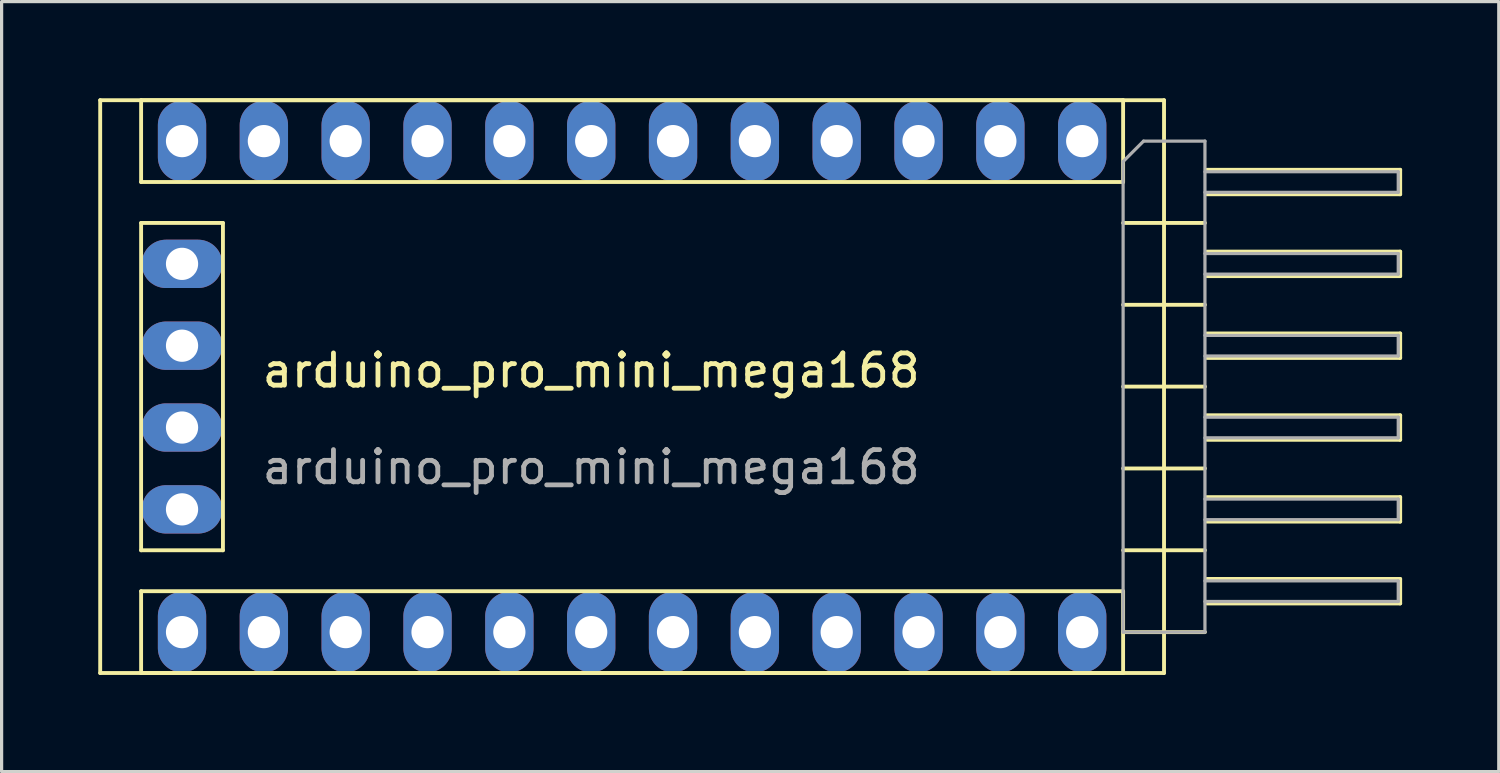
<source format=kicad_pcb>
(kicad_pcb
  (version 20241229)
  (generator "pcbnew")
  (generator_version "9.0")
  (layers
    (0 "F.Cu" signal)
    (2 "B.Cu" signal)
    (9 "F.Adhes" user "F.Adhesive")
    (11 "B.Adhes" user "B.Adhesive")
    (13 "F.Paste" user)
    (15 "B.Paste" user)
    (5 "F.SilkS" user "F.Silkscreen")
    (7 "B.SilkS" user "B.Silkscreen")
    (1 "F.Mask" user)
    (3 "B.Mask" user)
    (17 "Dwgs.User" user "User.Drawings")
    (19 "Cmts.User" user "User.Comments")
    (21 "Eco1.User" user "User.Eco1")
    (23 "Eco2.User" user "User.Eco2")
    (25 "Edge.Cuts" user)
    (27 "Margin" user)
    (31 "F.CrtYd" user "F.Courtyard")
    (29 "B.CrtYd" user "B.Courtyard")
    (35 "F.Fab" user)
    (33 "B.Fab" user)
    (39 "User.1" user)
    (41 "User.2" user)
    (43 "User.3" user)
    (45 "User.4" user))
  (footprint "arduino_pro_mini_mega168"
    (layer "F.Cu")
    (at 15.3 8.95)
    (property "Reference" "arduino_pro_mini_mega168" (at 0 -0.5 0) (unlocked yes) (layer "F.SilkS") (effects (font (size 1 1) (thickness 0.15))))
    (attr through_hole)
    (fp_line (start -15.24 -8.89) (end 17.78 -8.89) (stroke (width 0.12) (type solid)) (layer "F.SilkS"))
    (fp_line (start -15.24 8.89) (end -15.24 -8.89) (stroke (width 0.12) (type solid)) (layer "F.SilkS"))
    (fp_line (start -13.97 -8.89) (end -13.97 -6.35) (stroke (width 0.12) (type solid)) (layer "F.SilkS"))
    (fp_line (start -13.97 -6.35) (end 16.51 -6.35) (stroke (width 0.12) (type solid)) (layer "F.SilkS"))
    (fp_line (start -13.97 -5.08) (end -11.43 -5.08) (stroke (width 0.12) (type solid)) (layer "F.SilkS"))
    (fp_line (start -13.97 5.08) (end -13.97 -5.08) (stroke (width 0.12) (type solid)) (layer "F.SilkS"))
    (fp_line (start -13.97 6.35) (end 16.51 6.35) (stroke (width 0.12) (type solid)) (layer "F.SilkS"))
    (fp_line (start -13.97 8.89) (end -13.97 6.35) (stroke (width 0.12) (type solid)) (layer "F.SilkS"))
    (fp_line (start -11.43 -5.08) (end -11.43 5.08) (stroke (width 0.12) (type solid)) (layer "F.SilkS"))
    (fp_line (start -11.43 5.08) (end -13.97 5.08) (stroke (width 0.12) (type solid)) (layer "F.SilkS"))
    (fp_line (start 16.51 -8.89) (end -13.97 -8.89) (stroke (width 0.12) (type solid)) (layer "F.SilkS"))
    (fp_line (start 16.51 -6.35) (end 16.51 -8.89) (stroke (width 0.12) (type solid)) (layer "F.SilkS"))
    (fp_line (start 16.51 -5.08) (end 19.05 -5.08) (stroke (width 0.12) (type solid)) (layer "F.SilkS"))
    (fp_line (start 16.51 -2.54) (end 19.05 -2.54) (stroke (width 0.12) (type solid)) (layer "F.SilkS"))
    (fp_line (start 16.51 0) (end 19.05 0) (stroke (width 0.12) (type solid)) (layer "F.SilkS"))
    (fp_line (start 16.51 2.54) (end 19.05 2.54) (stroke (width 0.12) (type solid)) (layer "F.SilkS"))
    (fp_line (start 16.51 5.08) (end 19.05 5.08) (stroke (width 0.12) (type solid)) (layer "F.SilkS"))
    (fp_line (start 16.51 6.35) (end 16.51 8.89) (stroke (width 0.12) (type solid)) (layer "F.SilkS"))
    (fp_line (start 16.51 7.62) (end 19.05 7.62) (stroke (width 0.12) (type solid)) (layer "F.SilkS"))
    (fp_line (start 16.51 8.89) (end -13.97 8.89) (stroke (width 0.12) (type solid)) (layer "F.SilkS"))
    (fp_line (start 17.78 -8.89) (end 17.78 8.89) (stroke (width 0.12) (type solid)) (layer "F.SilkS"))
    (fp_line (start 17.78 8.89) (end -15.24 8.89) (stroke (width 0.12) (type solid)) (layer "F.SilkS"))
    (fp_line (start 19.11 -6.73) (end 25.11 -6.73) (stroke (width 0.12) (type solid)) (layer "F.SilkS"))
    (fp_line (start 19.11 -4.19) (end 25.11 -4.19) (stroke (width 0.12) (type solid)) (layer "F.SilkS"))
    (fp_line (start 19.11 -1.65) (end 25.11 -1.65) (stroke (width 0.12) (type solid)) (layer "F.SilkS"))
    (fp_line (start 19.11 0.89) (end 25.11 0.89) (stroke (width 0.12) (type solid)) (layer "F.SilkS"))
    (fp_line (start 19.11 3.43) (end 25.11 3.43) (stroke (width 0.12) (type solid)) (layer "F.SilkS"))
    (fp_line (start 19.11 5.97) (end 25.11 5.97) (stroke (width 0.12) (type solid)) (layer "F.SilkS"))
    (fp_line (start 25.11 -6.73) (end 25.11 -5.97) (stroke (width 0.12) (type solid)) (layer "F.SilkS"))
    (fp_line (start 25.11 -5.97) (end 19.11 -5.97) (stroke (width 0.12) (type solid)) (layer "F.SilkS"))
    (fp_line (start 25.11 -4.19) (end 25.11 -3.43) (stroke (width 0.12) (type solid)) (layer "F.SilkS"))
    (fp_line (start 25.11 -3.43) (end 19.11 -3.43) (stroke (width 0.12) (type solid)) (layer "F.SilkS"))
    (fp_line (start 25.11 -1.65) (end 25.11 -0.89) (stroke (width 0.12) (type solid)) (layer "F.SilkS"))
    (fp_line (start 25.11 -0.89) (end 19.11 -0.89) (stroke (width 0.12) (type solid)) (layer "F.SilkS"))
    (fp_line (start 25.11 0.89) (end 25.11 1.65) (stroke (width 0.12) (type solid)) (layer "F.SilkS"))
    (fp_line (start 25.11 1.65) (end 19.11 1.65) (stroke (width 0.12) (type solid)) (layer "F.SilkS"))
    (fp_line (start 25.11 3.43) (end 25.11 4.19) (stroke (width 0.12) (type solid)) (layer "F.SilkS"))
    (fp_line (start 25.11 4.19) (end 19.11 4.19) (stroke (width 0.12) (type solid)) (layer "F.SilkS"))
    (fp_line (start 25.11 5.97) (end 25.11 6.73) (stroke (width 0.12) (type solid)) (layer "F.SilkS"))
    (fp_line (start 25.11 6.73) (end 19.11 6.73) (stroke (width 0.12) (type solid)) (layer "F.SilkS"))
    (fp_line (start 16.51 -6.985) (end 17.145 -7.62) (stroke (width 0.1) (type solid)) (layer "F.Fab"))
    (fp_line (start 16.51 7.62) (end 16.51 -6.985) (stroke (width 0.1) (type solid)) (layer "F.Fab"))
    (fp_line (start 17.145 -7.62) (end 19.05 -7.62) (stroke (width 0.1) (type solid)) (layer "F.Fab"))
    (fp_line (start 19.05 -7.62) (end 19.05 7.62) (stroke (width 0.1) (type solid)) (layer "F.Fab"))
    (fp_line (start 19.05 -6.67) (end 25.05 -6.67) (stroke (width 0.1) (type solid)) (layer "F.Fab"))
    (fp_line (start 19.05 -6.03) (end 25.05 -6.03) (stroke (width 0.1) (type solid)) (layer "F.Fab"))
    (fp_line (start 19.05 -4.13) (end 25.05 -4.13) (stroke (width 0.1) (type solid)) (layer "F.Fab"))
    (fp_line (start 19.05 -3.49) (end 25.05 -3.49) (stroke (width 0.1) (type solid)) (layer "F.Fab"))
    (fp_line (start 19.05 -1.59) (end 25.05 -1.59) (stroke (width 0.1) (type solid)) (layer "F.Fab"))
    (fp_line (start 19.05 -0.95) (end 25.05 -0.95) (stroke (width 0.1) (type solid)) (layer "F.Fab"))
    (fp_line (start 19.05 0.95) (end 25.05 0.95) (stroke (width 0.1) (type solid)) (layer "F.Fab"))
    (fp_line (start 19.05 1.59) (end 25.05 1.59) (stroke (width 0.1) (type solid)) (layer "F.Fab"))
    (fp_line (start 19.05 3.49) (end 25.05 3.49) (stroke (width 0.1) (type solid)) (layer "F.Fab"))
    (fp_line (start 19.05 4.13) (end 25.05 4.13) (stroke (width 0.1) (type solid)) (layer "F.Fab"))
    (fp_line (start 19.05 6.03) (end 25.05 6.03) (stroke (width 0.1) (type solid)) (layer "F.Fab"))
    (fp_line (start 19.05 6.67) (end 25.05 6.67) (stroke (width 0.1) (type solid)) (layer "F.Fab"))
    (fp_line (start 19.05 7.62) (end 16.51 7.62) (stroke (width 0.1) (type solid)) (layer "F.Fab"))
    (fp_line (start 25.05 -6.67) (end 25.05 -6.03) (stroke (width 0.1) (type solid)) (layer "F.Fab"))
    (fp_line (start 25.05 -4.13) (end 25.05 -3.49) (stroke (width 0.1) (type solid)) (layer "F.Fab"))
    (fp_line (start 25.05 -1.59) (end 25.05 -0.95) (stroke (width 0.1) (type solid)) (layer "F.Fab"))
    (fp_line (start 25.05 0.95) (end 25.05 1.59) (stroke (width 0.1) (type solid)) (layer "F.Fab"))
    (fp_line (start 25.05 3.49) (end 25.05 4.13) (stroke (width 0.1) (type solid)) (layer "F.Fab"))
    (fp_line (start 25.05 6.03) (end 25.05 6.67) (stroke (width 0.1) (type solid)) (layer "F.Fab"))
    (fp_text user "${REFERENCE}" (at 0 2.5 0) (unlocked yes) (layer "F.Fab") (effects (font (size 1 1) (thickness 0.15))))
    (pad "1" thru_hole oval (at -12.7 7.62) (size 1.5 2.5) (drill 1) (layers "*.Cu" "*.Mask"))
    (pad "2" thru_hole oval (at -10.16 7.62) (size 1.5 2.5) (drill 1) (layers "*.Cu" "*.Mask"))
    (pad "3" thru_hole oval (at -7.62 7.62) (size 1.5 2.5) (drill 1) (layers "*.Cu" "*.Mask"))
    (pad "4" thru_hole oval (at -5.08 7.62) (size 1.5 2.5) (drill 1) (layers "*.Cu" "*.Mask"))
    (pad "5" thru_hole oval (at -2.54 7.62) (size 1.5 2.5) (drill 1) (layers "*.Cu" "*.Mask"))
    (pad "6" thru_hole oval (at 0 7.62) (size 1.5 2.5) (drill 1) (layers "*.Cu" "*.Mask"))
    (pad "7" thru_hole oval (at 2.54 7.62) (size 1.5 2.5) (drill 1) (layers "*.Cu" "*.Mask"))
    (pad "8" thru_hole oval (at 5.08 7.62) (size 1.5 2.5) (drill 1) (layers "*.Cu" "*.Mask"))
    (pad "9" thru_hole oval (at 7.62 7.62) (size 1.5 2.5) (drill 1) (layers "*.Cu" "*.Mask"))
    (pad "10" thru_hole oval (at 10.16 7.62) (size 1.5 2.5) (drill 1) (layers "*.Cu" "*.Mask"))
    (pad "11" thru_hole oval (at 12.7 7.62) (size 1.5 2.5) (drill 1) (layers "*.Cu" "*.Mask"))
    (pad "12" thru_hole oval (at 15.24 7.62) (size 1.5 2.5) (drill 1) (layers "*.Cu" "*.Mask"))
    (pad "13" thru_hole oval (at 15.24 -7.62) (size 1.5 2.5) (drill 1) (layers "*.Cu" "*.Mask"))
    (pad "14" thru_hole oval (at 12.7 -7.62) (size 1.5 2.5) (drill 1) (layers "*.Cu" "*.Mask"))
    (pad "15" thru_hole oval (at 10.16 -7.62) (size 1.5 2.5) (drill 1) (layers "*.Cu" "*.Mask"))
    (pad "16" thru_hole oval (at 7.62 -7.62) (size 1.5 2.5) (drill 1) (layers "*.Cu" "*.Mask"))
    (pad "17" thru_hole oval (at 5.08 -7.62) (size 1.5 2.5) (drill 1) (layers "*.Cu" "*.Mask"))
    (pad "18" thru_hole oval (at 2.54 -7.62) (size 1.5 2.5) (drill 1) (layers "*.Cu" "*.Mask"))
    (pad "19" thru_hole oval (at 0 -7.62) (size 1.5 2.5) (drill 1) (layers "*.Cu" "*.Mask"))
    (pad "20" thru_hole oval (at -2.54 -7.62) (size 1.5 2.5) (drill 1) (layers "*.Cu" "*.Mask"))
    (pad "21" thru_hole oval (at -5.08 -7.62) (size 1.5 2.5) (drill 1) (layers "*.Cu" "*.Mask"))
    (pad "22" thru_hole oval (at -7.62 -7.62) (size 1.5 2.5) (drill 1) (layers "*.Cu" "*.Mask"))
    (pad "23" thru_hole oval (at -10.16 -7.62) (size 1.5 2.5) (drill 1) (layers "*.Cu" "*.Mask"))
    (pad "24" thru_hole oval (at -12.7 -7.62) (size 1.5 2.5) (drill 1) (layers "*.Cu" "*.Mask"))
    (pad "25" thru_hole oval (at -12.7 -3.81 90) (size 1.5 2.5) (drill 1) (layers "*.Cu" "*.Mask"))
    (pad "26" thru_hole oval (at -12.7 -1.27 270) (size 1.5 2.5) (drill 1) (layers "*.Cu" "*.Mask"))
    (pad "27" thru_hole oval (at -12.7 1.27 270) (size 1.5 2.5) (drill 1) (layers "*.Cu" "*.Mask"))
    (pad "28" thru_hole oval (at -12.7 3.81 270) (size 1.5 2.5) (drill 1) (layers "*.Cu" "*.Mask")))
  (gr_rect
    (start -3 -3)
    (end 43.47 20.9)
    (stroke (width 0.1) (type default))
    (fill no)
    (layer "Edge.Cuts")))
</source>
